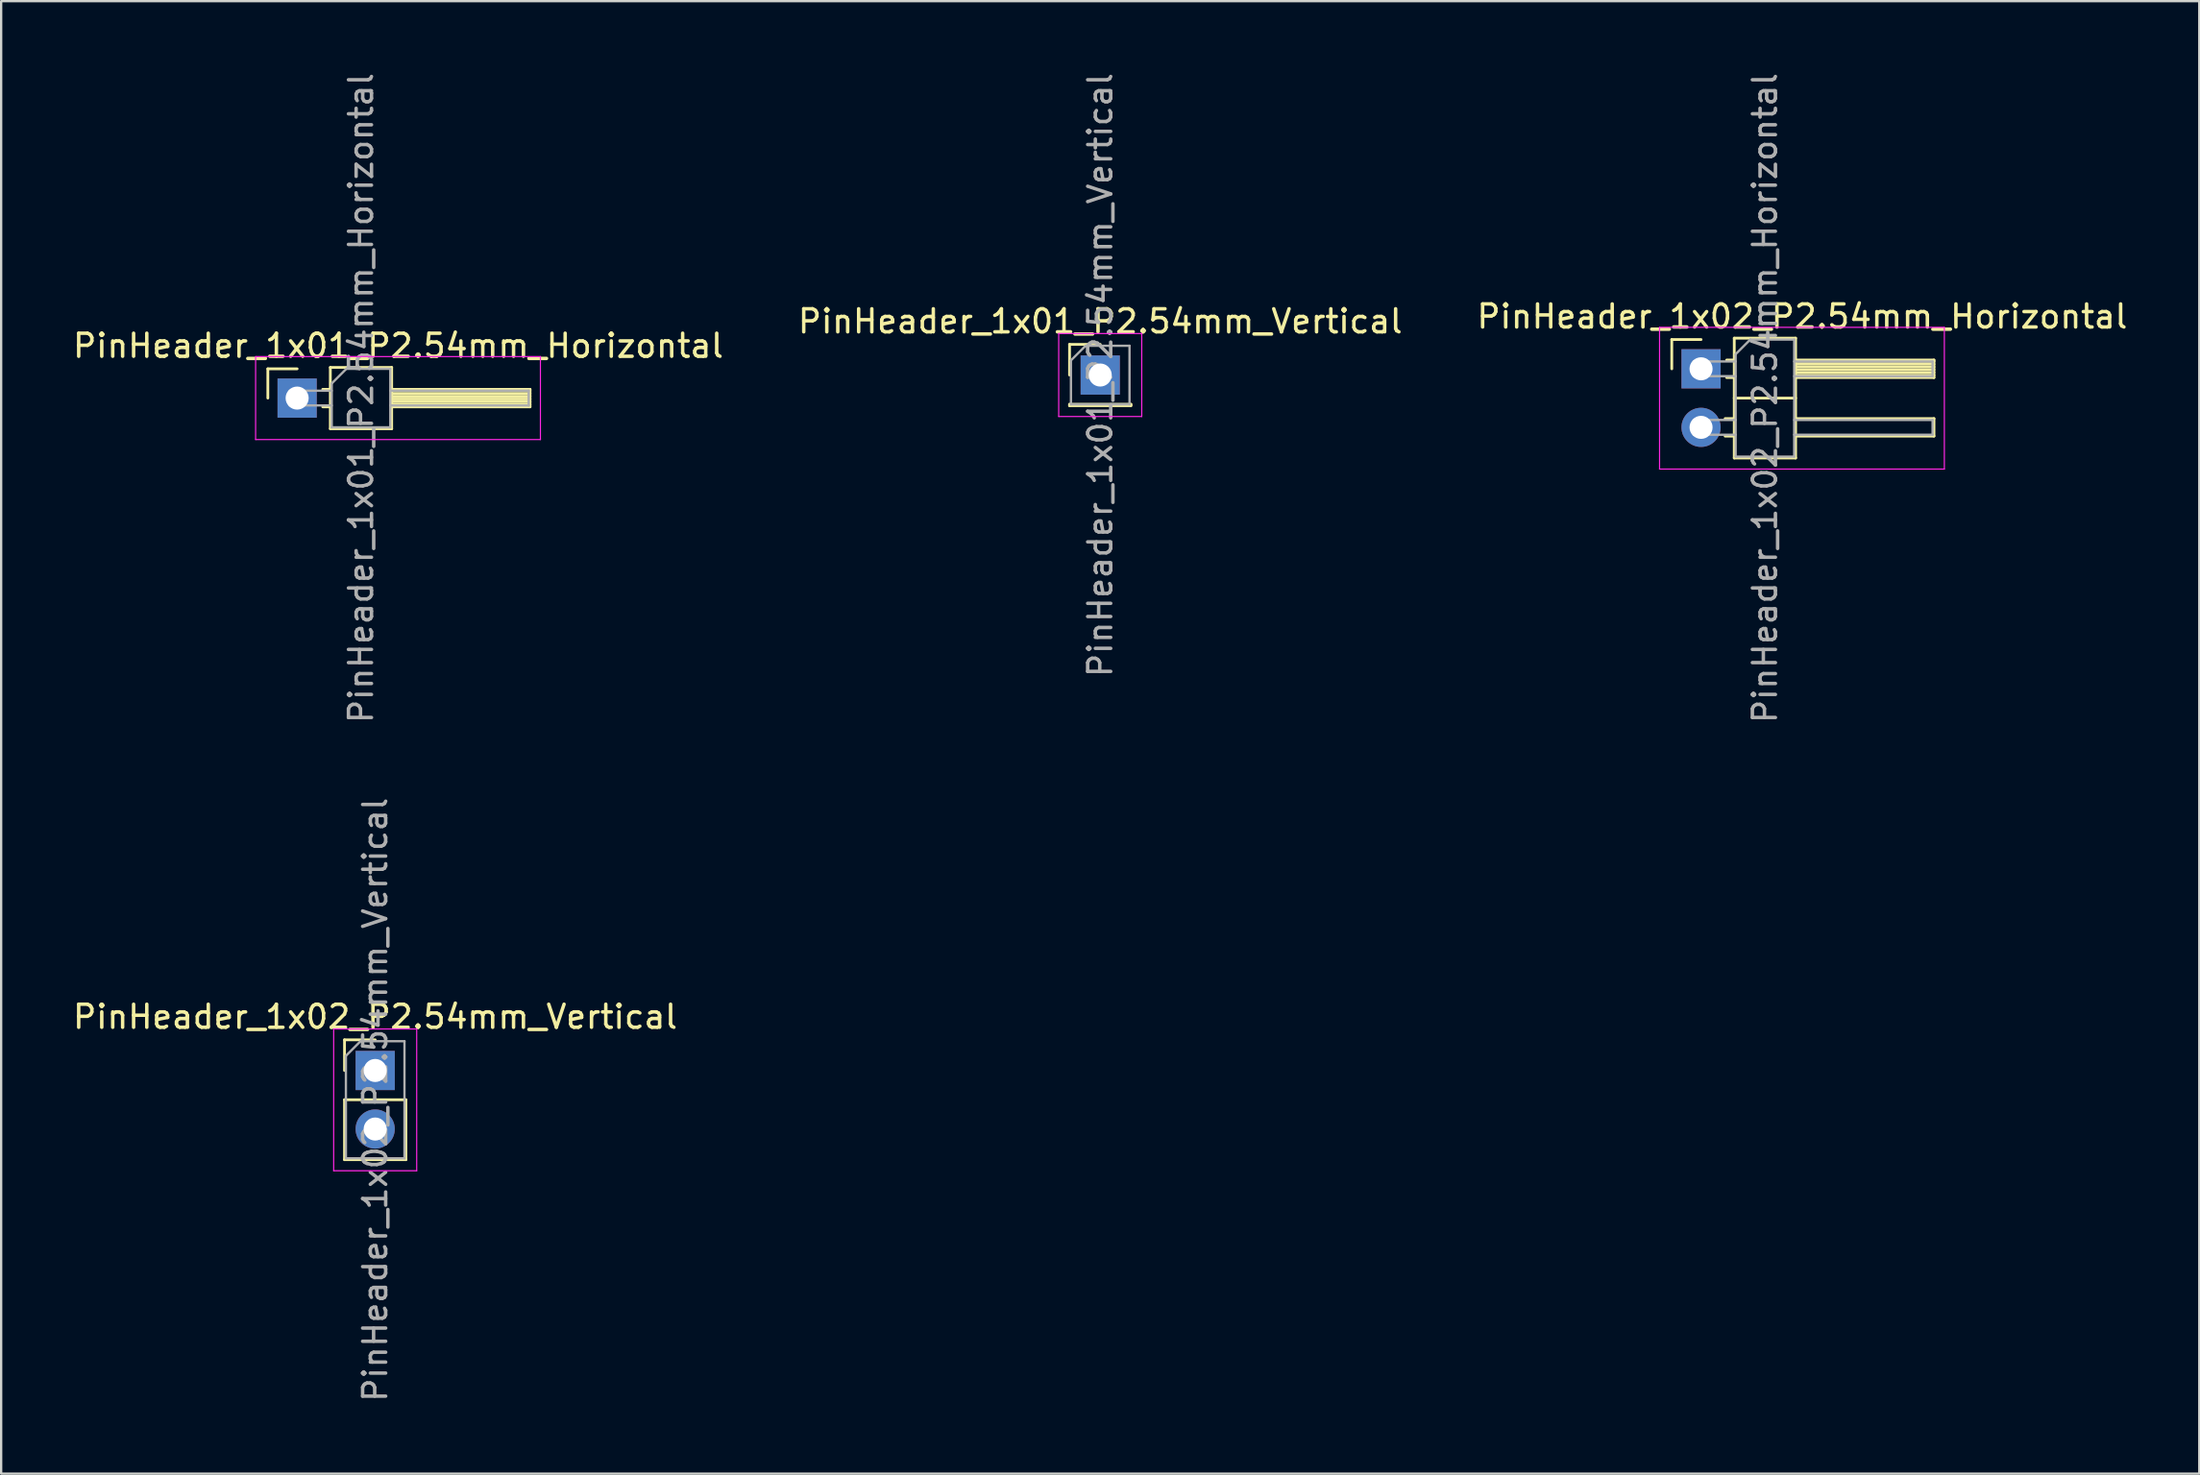
<source format=kicad_pcb>
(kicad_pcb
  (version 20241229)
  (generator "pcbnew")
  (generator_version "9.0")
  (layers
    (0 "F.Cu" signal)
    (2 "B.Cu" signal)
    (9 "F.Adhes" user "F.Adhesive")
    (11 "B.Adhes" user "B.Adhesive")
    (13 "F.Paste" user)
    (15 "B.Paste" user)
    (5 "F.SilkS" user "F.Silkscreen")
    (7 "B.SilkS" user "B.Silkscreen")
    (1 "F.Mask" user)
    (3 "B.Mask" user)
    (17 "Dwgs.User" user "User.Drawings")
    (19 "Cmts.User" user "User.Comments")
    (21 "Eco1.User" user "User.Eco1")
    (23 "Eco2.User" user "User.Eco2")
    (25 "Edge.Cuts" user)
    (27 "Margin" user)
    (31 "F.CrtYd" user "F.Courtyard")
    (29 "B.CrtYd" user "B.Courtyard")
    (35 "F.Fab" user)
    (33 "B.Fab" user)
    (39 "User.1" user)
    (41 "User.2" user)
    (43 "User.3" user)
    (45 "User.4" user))
  (footprint "PinHeader_1x01_P2.54mm_Vertical"
    (layer "F.Cu")
    (at 44.661 13.22)
    (property "Reference" "PinHeader_1x01_P2.54mm_Vertical" (at 0 -2.33 0) (layer "F.SilkS") (effects (font (size 1 1) (thickness 0.15))))
    (attr through_hole)
    (fp_line (start -1.33 -1.33) (end 0 -1.33) (stroke (width 0.12) (type solid)) (layer "F.SilkS"))
    (fp_line (start -1.33 0) (end -1.33 -1.33) (stroke (width 0.12) (type solid)) (layer "F.SilkS"))
    (fp_line (start -1.33 1.27) (end -1.33 1.33) (stroke (width 0.12) (type solid)) (layer "F.SilkS"))
    (fp_line (start -1.33 1.27) (end 1.33 1.27) (stroke (width 0.12) (type solid)) (layer "F.SilkS"))
    (fp_line (start -1.33 1.33) (end 1.33 1.33) (stroke (width 0.12) (type solid)) (layer "F.SilkS"))
    (fp_line (start 1.33 1.27) (end 1.33 1.33) (stroke (width 0.12) (type solid)) (layer "F.SilkS"))
    (fp_line (start -1.8 -1.8) (end -1.8 1.8) (stroke (width 0.05) (type solid)) (layer "F.CrtYd"))
    (fp_line (start -1.8 1.8) (end 1.8 1.8) (stroke (width 0.05) (type solid)) (layer "F.CrtYd"))
    (fp_line (start 1.8 -1.8) (end -1.8 -1.8) (stroke (width 0.05) (type solid)) (layer "F.CrtYd"))
    (fp_line (start 1.8 1.8) (end 1.8 -1.8) (stroke (width 0.05) (type solid)) (layer "F.CrtYd"))
    (fp_line (start -1.27 -0.635) (end -0.635 -1.27) (stroke (width 0.1) (type solid)) (layer "F.Fab"))
    (fp_line (start -1.27 1.27) (end -1.27 -0.635) (stroke (width 0.1) (type solid)) (layer "F.Fab"))
    (fp_line (start -0.635 -1.27) (end 1.27 -1.27) (stroke (width 0.1) (type solid)) (layer "F.Fab"))
    (fp_line (start 1.27 -1.27) (end 1.27 1.27) (stroke (width 0.1) (type solid)) (layer "F.Fab"))
    (fp_line (start 1.27 1.27) (end -1.27 1.27) (stroke (width 0.1) (type solid)) (layer "F.Fab"))
    (fp_text user "${REFERENCE}" (at 0 0 90) (layer "F.Fab") (effects (font (size 1 1) (thickness 0.15))))
    (pad "1" thru_hole rect (at 0 0) (size 1.7 1.7) (drill 1) (layers "*.Cu" "*.Mask")))
  (footprint "PinHeader_1x01_P2.54mm_Horizontal"
    (layer "F.Cu")
    (at 9.835 14.22)
    (property "Reference" "PinHeader_1x01_P2.54mm_Horizontal" (at 4.385 -2.27 0) (layer "F.SilkS") (effects (font (size 1 1) (thickness 0.15))))
    (attr through_hole)
    (fp_line (start -1.27 -1.27) (end 0 -1.27) (stroke (width 0.12) (type solid)) (layer "F.SilkS"))
    (fp_line (start -1.27 0) (end -1.27 -1.27) (stroke (width 0.12) (type solid)) (layer "F.SilkS"))
    (fp_line (start 1.11 -0.38) (end 1.44 -0.38) (stroke (width 0.12) (type solid)) (layer "F.SilkS"))
    (fp_line (start 1.11 0.38) (end 1.44 0.38) (stroke (width 0.12) (type solid)) (layer "F.SilkS"))
    (fp_line (start 1.44 -1.33) (end 1.44 1.33) (stroke (width 0.12) (type solid)) (layer "F.SilkS"))
    (fp_line (start 1.44 1.33) (end 4.1 1.33) (stroke (width 0.12) (type solid)) (layer "F.SilkS"))
    (fp_line (start 4.1 -1.33) (end 1.44 -1.33) (stroke (width 0.12) (type solid)) (layer "F.SilkS"))
    (fp_line (start 4.1 -0.38) (end 10.1 -0.38) (stroke (width 0.12) (type solid)) (layer "F.SilkS"))
    (fp_line (start 4.1 -0.32) (end 10.1 -0.32) (stroke (width 0.12) (type solid)) (layer "F.SilkS"))
    (fp_line (start 4.1 -0.2) (end 10.1 -0.2) (stroke (width 0.12) (type solid)) (layer "F.SilkS"))
    (fp_line (start 4.1 -0.08) (end 10.1 -0.08) (stroke (width 0.12) (type solid)) (layer "F.SilkS"))
    (fp_line (start 4.1 0.04) (end 10.1 0.04) (stroke (width 0.12) (type solid)) (layer "F.SilkS"))
    (fp_line (start 4.1 0.16) (end 10.1 0.16) (stroke (width 0.12) (type solid)) (layer "F.SilkS"))
    (fp_line (start 4.1 0.28) (end 10.1 0.28) (stroke (width 0.12) (type solid)) (layer "F.SilkS"))
    (fp_line (start 4.1 1.33) (end 4.1 -1.33) (stroke (width 0.12) (type solid)) (layer "F.SilkS"))
    (fp_line (start 10.1 -0.38) (end 10.1 0.38) (stroke (width 0.12) (type solid)) (layer "F.SilkS"))
    (fp_line (start 10.1 0.38) (end 4.1 0.38) (stroke (width 0.12) (type solid)) (layer "F.SilkS"))
    (fp_line (start -1.8 -1.8) (end -1.8 1.8) (stroke (width 0.05) (type solid)) (layer "F.CrtYd"))
    (fp_line (start -1.8 1.8) (end 10.55 1.8) (stroke (width 0.05) (type solid)) (layer "F.CrtYd"))
    (fp_line (start 10.55 -1.8) (end -1.8 -1.8) (stroke (width 0.05) (type solid)) (layer "F.CrtYd"))
    (fp_line (start 10.55 1.8) (end 10.55 -1.8) (stroke (width 0.05) (type solid)) (layer "F.CrtYd"))
    (fp_line (start -0.32 -0.32) (end -0.32 0.32) (stroke (width 0.1) (type solid)) (layer "F.Fab"))
    (fp_line (start -0.32 -0.32) (end 1.5 -0.32) (stroke (width 0.1) (type solid)) (layer "F.Fab"))
    (fp_line (start -0.32 0.32) (end 1.5 0.32) (stroke (width 0.1) (type solid)) (layer "F.Fab"))
    (fp_line (start 1.5 -0.635) (end 2.135 -1.27) (stroke (width 0.1) (type solid)) (layer "F.Fab"))
    (fp_line (start 1.5 1.27) (end 1.5 -0.635) (stroke (width 0.1) (type solid)) (layer "F.Fab"))
    (fp_line (start 2.135 -1.27) (end 4.04 -1.27) (stroke (width 0.1) (type solid)) (layer "F.Fab"))
    (fp_line (start 4.04 -1.27) (end 4.04 1.27) (stroke (width 0.1) (type solid)) (layer "F.Fab"))
    (fp_line (start 4.04 -0.32) (end 10.04 -0.32) (stroke (width 0.1) (type solid)) (layer "F.Fab"))
    (fp_line (start 4.04 0.32) (end 10.04 0.32) (stroke (width 0.1) (type solid)) (layer "F.Fab"))
    (fp_line (start 4.04 1.27) (end 1.5 1.27) (stroke (width 0.1) (type solid)) (layer "F.Fab"))
    (fp_line (start 10.04 -0.32) (end 10.04 0.32) (stroke (width 0.1) (type solid)) (layer "F.Fab"))
    (fp_text user "${REFERENCE}" (at 2.77 0 90) (layer "F.Fab") (effects (font (size 1 1) (thickness 0.15))))
    (pad "1" thru_hole rect (at 0 0) (size 1.7 1.7) (drill 1) (layers "*.Cu" "*.Mask")))
  (footprint "PinHeader_1x02_P2.54mm_Vertical"
    (layer "F.Cu")
    (at 13.22 43.391)
    (property "Reference" "PinHeader_1x02_P2.54mm_Vertical" (at 0 -2.33 0) (layer "F.SilkS") (effects (font (size 1 1) (thickness 0.15))))
    (attr through_hole)
    (fp_line (start -1.33 -1.33) (end 0 -1.33) (stroke (width 0.12) (type solid)) (layer "F.SilkS"))
    (fp_line (start -1.33 0) (end -1.33 -1.33) (stroke (width 0.12) (type solid)) (layer "F.SilkS"))
    (fp_line (start -1.33 1.27) (end -1.33 3.87) (stroke (width 0.12) (type solid)) (layer "F.SilkS"))
    (fp_line (start -1.33 1.27) (end 1.33 1.27) (stroke (width 0.12) (type solid)) (layer "F.SilkS"))
    (fp_line (start -1.33 3.87) (end 1.33 3.87) (stroke (width 0.12) (type solid)) (layer "F.SilkS"))
    (fp_line (start 1.33 1.27) (end 1.33 3.87) (stroke (width 0.12) (type solid)) (layer "F.SilkS"))
    (fp_line (start -1.8 -1.8) (end -1.8 4.35) (stroke (width 0.05) (type solid)) (layer "F.CrtYd"))
    (fp_line (start -1.8 4.35) (end 1.8 4.35) (stroke (width 0.05) (type solid)) (layer "F.CrtYd"))
    (fp_line (start 1.8 -1.8) (end -1.8 -1.8) (stroke (width 0.05) (type solid)) (layer "F.CrtYd"))
    (fp_line (start 1.8 4.35) (end 1.8 -1.8) (stroke (width 0.05) (type solid)) (layer "F.CrtYd"))
    (fp_line (start -1.27 -0.635) (end -0.635 -1.27) (stroke (width 0.1) (type solid)) (layer "F.Fab"))
    (fp_line (start -1.27 3.81) (end -1.27 -0.635) (stroke (width 0.1) (type solid)) (layer "F.Fab"))
    (fp_line (start -0.635 -1.27) (end 1.27 -1.27) (stroke (width 0.1) (type solid)) (layer "F.Fab"))
    (fp_line (start 1.27 -1.27) (end 1.27 3.81) (stroke (width 0.1) (type solid)) (layer "F.Fab"))
    (fp_line (start 1.27 3.81) (end -1.27 3.81) (stroke (width 0.1) (type solid)) (layer "F.Fab"))
    (fp_text user "${REFERENCE}" (at 0 1.27 90) (layer "F.Fab") (effects (font (size 1 1) (thickness 0.15))))
    (pad "1" thru_hole rect (at 0 0) (size 1.7 1.7) (drill 1) (layers "*.Cu" "*.Mask"))
    (pad "2" thru_hole oval (at 0 2.54) (size 1.7 1.7) (drill 1) (layers "*.Cu" "*.Mask")))
  (footprint "PinHeader_1x02_P2.54mm_Horizontal"
    (layer "F.Cu")
    (at 70.716 12.95)
    (property "Reference" "PinHeader_1x02_P2.54mm_Horizontal" (at 4.385 -2.27 0) (layer "F.SilkS") (effects (font (size 1 1) (thickness 0.15))))
    (attr through_hole)
    (fp_line (start -1.27 -1.27) (end 0 -1.27) (stroke (width 0.12) (type solid)) (layer "F.SilkS"))
    (fp_line (start -1.27 0) (end -1.27 -1.27) (stroke (width 0.12) (type solid)) (layer "F.SilkS"))
    (fp_line (start 1.043 2.16) (end 1.44 2.16) (stroke (width 0.12) (type solid)) (layer "F.SilkS"))
    (fp_line (start 1.043 2.92) (end 1.44 2.92) (stroke (width 0.12) (type solid)) (layer "F.SilkS"))
    (fp_line (start 1.11 -0.38) (end 1.44 -0.38) (stroke (width 0.12) (type solid)) (layer "F.SilkS"))
    (fp_line (start 1.11 0.38) (end 1.44 0.38) (stroke (width 0.12) (type solid)) (layer "F.SilkS"))
    (fp_line (start 1.44 -1.33) (end 1.44 3.87) (stroke (width 0.12) (type solid)) (layer "F.SilkS"))
    (fp_line (start 1.44 1.27) (end 4.1 1.27) (stroke (width 0.12) (type solid)) (layer "F.SilkS"))
    (fp_line (start 1.44 3.87) (end 4.1 3.87) (stroke (width 0.12) (type solid)) (layer "F.SilkS"))
    (fp_line (start 4.1 -1.33) (end 1.44 -1.33) (stroke (width 0.12) (type solid)) (layer "F.SilkS"))
    (fp_line (start 4.1 -0.38) (end 10.1 -0.38) (stroke (width 0.12) (type solid)) (layer "F.SilkS"))
    (fp_line (start 4.1 -0.32) (end 10.1 -0.32) (stroke (width 0.12) (type solid)) (layer "F.SilkS"))
    (fp_line (start 4.1 -0.2) (end 10.1 -0.2) (stroke (width 0.12) (type solid)) (layer "F.SilkS"))
    (fp_line (start 4.1 -0.08) (end 10.1 -0.08) (stroke (width 0.12) (type solid)) (layer "F.SilkS"))
    (fp_line (start 4.1 0.04) (end 10.1 0.04) (stroke (width 0.12) (type solid)) (layer "F.SilkS"))
    (fp_line (start 4.1 0.16) (end 10.1 0.16) (stroke (width 0.12) (type solid)) (layer "F.SilkS"))
    (fp_line (start 4.1 0.28) (end 10.1 0.28) (stroke (width 0.12) (type solid)) (layer "F.SilkS"))
    (fp_line (start 4.1 2.16) (end 10.1 2.16) (stroke (width 0.12) (type solid)) (layer "F.SilkS"))
    (fp_line (start 4.1 3.87) (end 4.1 -1.33) (stroke (width 0.12) (type solid)) (layer "F.SilkS"))
    (fp_line (start 10.1 -0.38) (end 10.1 0.38) (stroke (width 0.12) (type solid)) (layer "F.SilkS"))
    (fp_line (start 10.1 0.38) (end 4.1 0.38) (stroke (width 0.12) (type solid)) (layer "F.SilkS"))
    (fp_line (start 10.1 2.16) (end 10.1 2.92) (stroke (width 0.12) (type solid)) (layer "F.SilkS"))
    (fp_line (start 10.1 2.92) (end 4.1 2.92) (stroke (width 0.12) (type solid)) (layer "F.SilkS"))
    (fp_line (start -1.8 -1.8) (end -1.8 4.35) (stroke (width 0.05) (type solid)) (layer "F.CrtYd"))
    (fp_line (start -1.8 4.35) (end 10.55 4.35) (stroke (width 0.05) (type solid)) (layer "F.CrtYd"))
    (fp_line (start 10.55 -1.8) (end -1.8 -1.8) (stroke (width 0.05) (type solid)) (layer "F.CrtYd"))
    (fp_line (start 10.55 4.35) (end 10.55 -1.8) (stroke (width 0.05) (type solid)) (layer "F.CrtYd"))
    (fp_line (start -0.32 -0.32) (end -0.32 0.32) (stroke (width 0.1) (type solid)) (layer "F.Fab"))
    (fp_line (start -0.32 -0.32) (end 1.5 -0.32) (stroke (width 0.1) (type solid)) (layer "F.Fab"))
    (fp_line (start -0.32 0.32) (end 1.5 0.32) (stroke (width 0.1) (type solid)) (layer "F.Fab"))
    (fp_line (start -0.32 2.22) (end -0.32 2.86) (stroke (width 0.1) (type solid)) (layer "F.Fab"))
    (fp_line (start -0.32 2.22) (end 1.5 2.22) (stroke (width 0.1) (type solid)) (layer "F.Fab"))
    (fp_line (start -0.32 2.86) (end 1.5 2.86) (stroke (width 0.1) (type solid)) (layer "F.Fab"))
    (fp_line (start 1.5 -0.635) (end 2.135 -1.27) (stroke (width 0.1) (type solid)) (layer "F.Fab"))
    (fp_line (start 1.5 3.81) (end 1.5 -0.635) (stroke (width 0.1) (type solid)) (layer "F.Fab"))
    (fp_line (start 2.135 -1.27) (end 4.04 -1.27) (stroke (width 0.1) (type solid)) (layer "F.Fab"))
    (fp_line (start 4.04 -1.27) (end 4.04 3.81) (stroke (width 0.1) (type solid)) (layer "F.Fab"))
    (fp_line (start 4.04 -0.32) (end 10.04 -0.32) (stroke (width 0.1) (type solid)) (layer "F.Fab"))
    (fp_line (start 4.04 0.32) (end 10.04 0.32) (stroke (width 0.1) (type solid)) (layer "F.Fab"))
    (fp_line (start 4.04 2.22) (end 10.04 2.22) (stroke (width 0.1) (type solid)) (layer "F.Fab"))
    (fp_line (start 4.04 2.86) (end 10.04 2.86) (stroke (width 0.1) (type solid)) (layer "F.Fab"))
    (fp_line (start 4.04 3.81) (end 1.5 3.81) (stroke (width 0.1) (type solid)) (layer "F.Fab"))
    (fp_line (start 10.04 -0.32) (end 10.04 0.32) (stroke (width 0.1) (type solid)) (layer "F.Fab"))
    (fp_line (start 10.04 2.22) (end 10.04 2.86) (stroke (width 0.1) (type solid)) (layer "F.Fab"))
    (fp_text user "${REFERENCE}" (at 2.77 1.27 90) (layer "F.Fab") (effects (font (size 1 1) (thickness 0.15))))
    (pad "1" thru_hole rect (at 0 0) (size 1.7 1.7) (drill 1) (layers "*.Cu" "*.Mask"))
    (pad "2" thru_hole oval (at 0 2.54) (size 1.7 1.7) (drill 1) (layers "*.Cu" "*.Mask")))
  (gr_rect
    (start -3 -3)
    (end 92.321 60.881)
    (stroke (width 0.1) (type default))
    (fill no)
    (layer "Edge.Cuts")))
</source>
